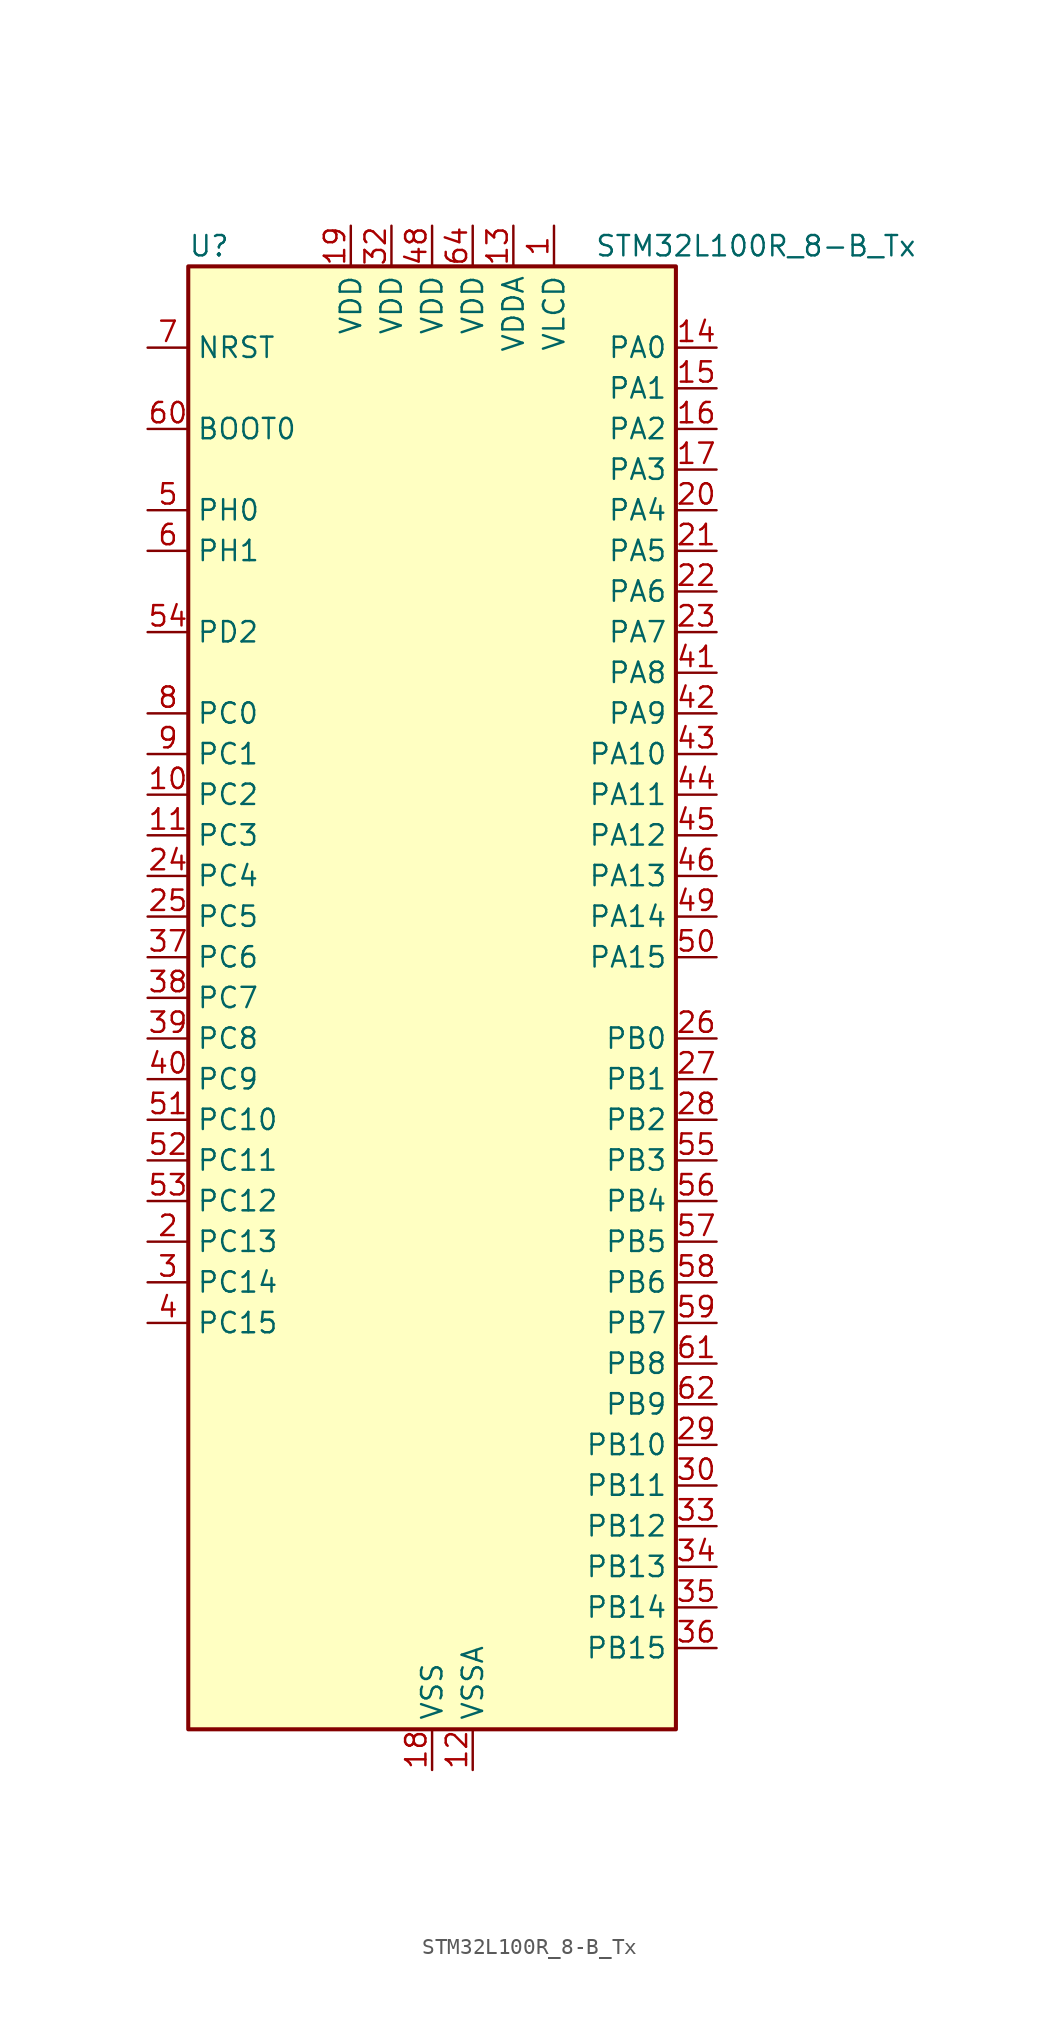
<source format=kicad_sym>
(kicad_symbol_lib
  (version 20241209)
  (generator "kicad_symbol_editor")
  (generator_version "9.0")
  (symbol "STM32L100R_8-B_Tx"
    (property "Reference" "U"
      (at -15.24 46.99 0)
      (effects (font (size 1.27 1.27)) (justify left)))
    (property "Value" "STM32L100R_8-B_Tx"
      (at 10.16 46.99 0)
      (effects (font (size 1.27 1.27)) (justify left)))
    (symbol "STM32L100R_8-B_Tx_0_1"
      (rectangle (start -15.24 -45.72) (end 15.24 45.72) (stroke (width 0.254) (type default)) (fill (type background))))
    (symbol "STM32L100R_8-B_Tx_1_1"
      (pin input line (at -17.78 40.64 0) (length 2.54) (name "NRST" (effects (font (size 1.27 1.27)))) (number "7" (effects (font (size 1.27 1.27)))))
      (pin input line (at -17.78 35.56 0) (length 2.54) (name "BOOT0" (effects (font (size 1.27 1.27)))) (number "60" (effects (font (size 1.27 1.27)))))
      (pin bidirectional line (at -17.78 30.48 0) (length 2.54) (name "PH0" (effects (font (size 1.27 1.27)))) (number "5" (effects (font (size 1.27 1.27)))) (alternate "RCC_OSC_IN" bidirectional line))
      (pin bidirectional line (at -17.78 27.94 0) (length 2.54) (name "PH1" (effects (font (size 1.27 1.27)))) (number "6" (effects (font (size 1.27 1.27)))) (alternate "RCC_OSC_OUT" bidirectional line))
      (pin bidirectional line (at -17.78 22.86 0) (length 2.54) (name "PD2" (effects (font (size 1.27 1.27)))) (number "54" (effects (font (size 1.27 1.27)))) (alternate "LCD_COM7" bidirectional line) (alternate "LCD_SEG31" bidirectional line) (alternate "TIM3_ETR" bidirectional line) (alternate "TIMX_IC3" bidirectional line))
      (pin bidirectional line (at -17.78 17.78 0) (length 2.54) (name "PC0" (effects (font (size 1.27 1.27)))) (number "8" (effects (font (size 1.27 1.27)))) (alternate "ADC_IN10" bidirectional line) (alternate "COMP1_INP" bidirectional line) (alternate "LCD_SEG18" bidirectional line) (alternate "TIMX_IC1" bidirectional line))
      (pin bidirectional line (at -17.78 15.24 0) (length 2.54) (name "PC1" (effects (font (size 1.27 1.27)))) (number "9" (effects (font (size 1.27 1.27)))) (alternate "ADC_IN11" bidirectional line) (alternate "COMP1_INP" bidirectional line) (alternate "LCD_SEG19" bidirectional line) (alternate "TIMX_IC2" bidirectional line))
      (pin bidirectional line (at -17.78 12.7 0) (length 2.54) (name "PC2" (effects (font (size 1.27 1.27)))) (number "10" (effects (font (size 1.27 1.27)))) (alternate "ADC_IN12" bidirectional line) (alternate "COMP1_INP" bidirectional line) (alternate "LCD_SEG20" bidirectional line) (alternate "TIMX_IC3" bidirectional line))
      (pin bidirectional line (at -17.78 10.16 0) (length 2.54) (name "PC3" (effects (font (size 1.27 1.27)))) (number "11" (effects (font (size 1.27 1.27)))) (alternate "ADC_IN13" bidirectional line) (alternate "COMP1_INP" bidirectional line) (alternate "LCD_SEG21" bidirectional line) (alternate "TIMX_IC4" bidirectional line))
      (pin bidirectional line (at -17.78 7.62 0) (length 2.54) (name "PC4" (effects (font (size 1.27 1.27)))) (number "24" (effects (font (size 1.27 1.27)))) (alternate "ADC_IN14" bidirectional line) (alternate "COMP1_INP" bidirectional line) (alternate "LCD_SEG22" bidirectional line) (alternate "TIMX_IC1" bidirectional line))
      (pin bidirectional line (at -17.78 5.08 0) (length 2.54) (name "PC5" (effects (font (size 1.27 1.27)))) (number "25" (effects (font (size 1.27 1.27)))) (alternate "ADC_IN15" bidirectional line) (alternate "COMP1_INP" bidirectional line) (alternate "LCD_SEG23" bidirectional line) (alternate "TIMX_IC2" bidirectional line))
      (pin bidirectional line (at -17.78 2.54 0) (length 2.54) (name "PC6" (effects (font (size 1.27 1.27)))) (number "37" (effects (font (size 1.27 1.27)))) (alternate "LCD_SEG24" bidirectional line) (alternate "TIM3_CH1" bidirectional line) (alternate "TIMX_IC3" bidirectional line))
      (pin bidirectional line (at -17.78 0 0) (length 2.54) (name "PC7" (effects (font (size 1.27 1.27)))) (number "38" (effects (font (size 1.27 1.27)))) (alternate "LCD_SEG25" bidirectional line) (alternate "TIM3_CH2" bidirectional line) (alternate "TIMX_IC4" bidirectional line))
      (pin bidirectional line (at -17.78 -2.54 0) (length 2.54) (name "PC8" (effects (font (size 1.27 1.27)))) (number "39" (effects (font (size 1.27 1.27)))) (alternate "LCD_SEG26" bidirectional line) (alternate "TIM3_CH3" bidirectional line) (alternate "TIMX_IC1" bidirectional line))
      (pin bidirectional line (at -17.78 -5.08 0) (length 2.54) (name "PC9" (effects (font (size 1.27 1.27)))) (number "40" (effects (font (size 1.27 1.27)))) (alternate "DAC_EXTI9" bidirectional line) (alternate "LCD_SEG27" bidirectional line) (alternate "TIM3_CH4" bidirectional line) (alternate "TIMX_IC2" bidirectional line))
      (pin bidirectional line (at -17.78 -7.62 0) (length 2.54) (name "PC10" (effects (font (size 1.27 1.27)))) (number "51" (effects (font (size 1.27 1.27)))) (alternate "LCD_COM4" bidirectional line) (alternate "LCD_SEG28" bidirectional line) (alternate "TIMX_IC3" bidirectional line) (alternate "USART3_TX" bidirectional line))
      (pin bidirectional line (at -17.78 -10.16 0) (length 2.54) (name "PC11" (effects (font (size 1.27 1.27)))) (number "52" (effects (font (size 1.27 1.27)))) (alternate "ADC_EXTI11" bidirectional line) (alternate "LCD_COM5" bidirectional line) (alternate "LCD_SEG29" bidirectional line) (alternate "TIMX_IC4" bidirectional line) (alternate "USART3_RX" bidirectional line))
      (pin bidirectional line (at -17.78 -12.7 0) (length 2.54) (name "PC12" (effects (font (size 1.27 1.27)))) (number "53" (effects (font (size 1.27 1.27)))) (alternate "LCD_COM6" bidirectional line) (alternate "LCD_SEG30" bidirectional line) (alternate "TIMX_IC1" bidirectional line) (alternate "USART3_CK" bidirectional line))
      (pin bidirectional line (at -17.78 -15.24 0) (length 2.54) (name "PC13" (effects (font (size 1.27 1.27)))) (number "2" (effects (font (size 1.27 1.27)))) (alternate "RTC_OUT_ALARM" bidirectional line) (alternate "RTC_OUT_CALIB" bidirectional line) (alternate "RTC_TAMP1" bidirectional line) (alternate "RTC_TS" bidirectional line) (alternate "SYS_WKUP2" bidirectional line) (alternate "TIMX_IC2" bidirectional line))
      (pin bidirectional line (at -17.78 -17.78 0) (length 2.54) (name "PC14" (effects (font (size 1.27 1.27)))) (number "3" (effects (font (size 1.27 1.27)))) (alternate "RCC_OSC32_IN" bidirectional line) (alternate "TIMX_IC3" bidirectional line))
      (pin bidirectional line (at -17.78 -20.32 0) (length 2.54) (name "PC15" (effects (font (size 1.27 1.27)))) (number "4" (effects (font (size 1.27 1.27)))) (alternate "ADC_EXTI15" bidirectional line) (alternate "RCC_OSC32_OUT" bidirectional line) (alternate "TIMX_IC4" bidirectional line))
      (pin power_in line (at -5.08 48.26 270) (length 2.54) (name "VDD" (effects (font (size 1.27 1.27)))) (number "19" (effects (font (size 1.27 1.27)))))
      (pin power_in line (at -2.54 48.26 270) (length 2.54) (name "VDD" (effects (font (size 1.27 1.27)))) (number "32" (effects (font (size 1.27 1.27)))))
      (pin power_in line (at 0 48.26 270) (length 2.54) (name "VDD" (effects (font (size 1.27 1.27)))) (number "48" (effects (font (size 1.27 1.27)))))
      (pin power_in line (at 0 -48.26 90) (length 2.54) (name "VSS" (effects (font (size 1.27 1.27)))) (number "18" (effects (font (size 1.27 1.27)))))
      (pin passive line (at 0 -48.26 90) (length 2.54) (hide yes) (name "VSS" (effects (font (size 1.27 1.27)))) (number "31" (effects (font (size 1.27 1.27)))))
      (pin passive line (at 0 -48.26 90) (length 2.54) (hide yes) (name "VSS" (effects (font (size 1.27 1.27)))) (number "47" (effects (font (size 1.27 1.27)))))
      (pin passive line (at 0 -48.26 90) (length 2.54) (hide yes) (name "VSS" (effects (font (size 1.27 1.27)))) (number "63" (effects (font (size 1.27 1.27)))))
      (pin power_in line (at 2.54 48.26 270) (length 2.54) (name "VDD" (effects (font (size 1.27 1.27)))) (number "64" (effects (font (size 1.27 1.27)))))
      (pin power_in line (at 2.54 -48.26 90) (length 2.54) (name "VSSA" (effects (font (size 1.27 1.27)))) (number "12" (effects (font (size 1.27 1.27)))))
      (pin power_in line (at 5.08 48.26 270) (length 2.54) (name "VDDA" (effects (font (size 1.27 1.27)))) (number "13" (effects (font (size 1.27 1.27)))))
      (pin power_in line (at 7.62 48.26 270) (length 2.54) (name "VLCD" (effects (font (size 1.27 1.27)))) (number "1" (effects (font (size 1.27 1.27)))))
      (pin bidirectional line (at 17.78 40.64 180) (length 2.54) (name "PA0" (effects (font (size 1.27 1.27)))) (number "14" (effects (font (size 1.27 1.27)))) (alternate "ADC_IN0" bidirectional line) (alternate "COMP1_INP" bidirectional line) (alternate "SYS_WKUP1" bidirectional line) (alternate "TIM2_CH1" bidirectional line) (alternate "TIM2_ETR" bidirectional line) (alternate "TIMX_IC1" bidirectional line) (alternate "USART2_CTS" bidirectional line))
      (pin bidirectional line (at 17.78 38.1 180) (length 2.54) (name "PA1" (effects (font (size 1.27 1.27)))) (number "15" (effects (font (size 1.27 1.27)))) (alternate "ADC_IN1" bidirectional line) (alternate "COMP1_INP" bidirectional line) (alternate "LCD_SEG0" bidirectional line) (alternate "TIM2_CH2" bidirectional line) (alternate "TIMX_IC2" bidirectional line) (alternate "USART2_RTS" bidirectional line))
      (pin bidirectional line (at 17.78 35.56 180) (length 2.54) (name "PA2" (effects (font (size 1.27 1.27)))) (number "16" (effects (font (size 1.27 1.27)))) (alternate "ADC_IN2" bidirectional line) (alternate "COMP1_INP" bidirectional line) (alternate "LCD_SEG1" bidirectional line) (alternate "TIM2_CH3" bidirectional line) (alternate "TIM9_CH1" bidirectional line) (alternate "TIMX_IC3" bidirectional line) (alternate "USART2_TX" bidirectional line))
      (pin bidirectional line (at 17.78 33.02 180) (length 2.54) (name "PA3" (effects (font (size 1.27 1.27)))) (number "17" (effects (font (size 1.27 1.27)))) (alternate "ADC_IN3" bidirectional line) (alternate "COMP1_INP" bidirectional line) (alternate "LCD_SEG2" bidirectional line) (alternate "TIM2_CH4" bidirectional line) (alternate "TIM9_CH2" bidirectional line) (alternate "TIMX_IC4" bidirectional line) (alternate "USART2_RX" bidirectional line))
      (pin bidirectional line (at 17.78 30.48 180) (length 2.54) (name "PA4" (effects (font (size 1.27 1.27)))) (number "20" (effects (font (size 1.27 1.27)))) (alternate "ADC_IN4" bidirectional line) (alternate "COMP1_INP" bidirectional line) (alternate "DAC_OUT1" bidirectional line) (alternate "SPI1_NSS" bidirectional line) (alternate "TIMX_IC1" bidirectional line) (alternate "USART2_CK" bidirectional line))
      (pin bidirectional line (at 17.78 27.94 180) (length 2.54) (name "PA5" (effects (font (size 1.27 1.27)))) (number "21" (effects (font (size 1.27 1.27)))) (alternate "ADC_IN5" bidirectional line) (alternate "COMP1_INP" bidirectional line) (alternate "DAC_OUT2" bidirectional line) (alternate "SPI1_SCK" bidirectional line) (alternate "TIM2_CH1" bidirectional line) (alternate "TIM2_ETR" bidirectional line) (alternate "TIMX_IC2" bidirectional line))
      (pin bidirectional line (at 17.78 25.4 180) (length 2.54) (name "PA6" (effects (font (size 1.27 1.27)))) (number "22" (effects (font (size 1.27 1.27)))) (alternate "ADC_IN6" bidirectional line) (alternate "COMP1_INP" bidirectional line) (alternate "LCD_SEG3" bidirectional line) (alternate "SPI1_MISO" bidirectional line) (alternate "TIM10_CH1" bidirectional line) (alternate "TIM3_CH1" bidirectional line) (alternate "TIMX_IC3" bidirectional line))
      (pin bidirectional line (at 17.78 22.86 180) (length 2.54) (name "PA7" (effects (font (size 1.27 1.27)))) (number "23" (effects (font (size 1.27 1.27)))) (alternate "ADC_IN7" bidirectional line) (alternate "COMP1_INP" bidirectional line) (alternate "LCD_SEG4" bidirectional line) (alternate "SPI1_MOSI" bidirectional line) (alternate "TIM11_CH1" bidirectional line) (alternate "TIM3_CH2" bidirectional line) (alternate "TIMX_IC4" bidirectional line))
      (pin bidirectional line (at 17.78 20.32 180) (length 2.54) (name "PA8" (effects (font (size 1.27 1.27)))) (number "41" (effects (font (size 1.27 1.27)))) (alternate "LCD_COM0" bidirectional line) (alternate "RCC_MCO" bidirectional line) (alternate "TIMX_IC1" bidirectional line) (alternate "USART1_CK" bidirectional line))
      (pin bidirectional line (at 17.78 17.78 180) (length 2.54) (name "PA9" (effects (font (size 1.27 1.27)))) (number "42" (effects (font (size 1.27 1.27)))) (alternate "DAC_EXTI9" bidirectional line) (alternate "LCD_COM1" bidirectional line) (alternate "TIMX_IC2" bidirectional line) (alternate "USART1_TX" bidirectional line))
      (pin bidirectional line (at 17.78 15.24 180) (length 2.54) (name "PA10" (effects (font (size 1.27 1.27)))) (number "43" (effects (font (size 1.27 1.27)))) (alternate "LCD_COM2" bidirectional line) (alternate "TIMX_IC3" bidirectional line) (alternate "USART1_RX" bidirectional line))
      (pin bidirectional line (at 17.78 12.7 180) (length 2.54) (name "PA11" (effects (font (size 1.27 1.27)))) (number "44" (effects (font (size 1.27 1.27)))) (alternate "ADC_EXTI11" bidirectional line) (alternate "SPI1_MISO" bidirectional line) (alternate "TIMX_IC4" bidirectional line) (alternate "USART1_CTS" bidirectional line) (alternate "USB_DM" bidirectional line))
      (pin bidirectional line (at 17.78 10.16 180) (length 2.54) (name "PA12" (effects (font (size 1.27 1.27)))) (number "45" (effects (font (size 1.27 1.27)))) (alternate "SPI1_MOSI" bidirectional line) (alternate "TIMX_IC1" bidirectional line) (alternate "USART1_RTS" bidirectional line) (alternate "USB_DP" bidirectional line))
      (pin bidirectional line (at 17.78 7.62 180) (length 2.54) (name "PA13" (effects (font (size 1.27 1.27)))) (number "46" (effects (font (size 1.27 1.27)))) (alternate "SYS_JTMS-SWDIO" bidirectional line) (alternate "TIMX_IC2" bidirectional line))
      (pin bidirectional line (at 17.78 5.08 180) (length 2.54) (name "PA14" (effects (font (size 1.27 1.27)))) (number "49" (effects (font (size 1.27 1.27)))) (alternate "SYS_JTCK-SWCLK" bidirectional line) (alternate "TIMX_IC3" bidirectional line))
      (pin bidirectional line (at 17.78 2.54 180) (length 2.54) (name "PA15" (effects (font (size 1.27 1.27)))) (number "50" (effects (font (size 1.27 1.27)))) (alternate "ADC_EXTI15" bidirectional line) (alternate "LCD_SEG17" bidirectional line) (alternate "SPI1_NSS" bidirectional line) (alternate "SYS_JTDI" bidirectional line) (alternate "TIM2_CH1" bidirectional line) (alternate "TIM2_ETR" bidirectional line) (alternate "TIMX_IC4" bidirectional line))
      (pin bidirectional line (at 17.78 -2.54 180) (length 2.54) (name "PB0" (effects (font (size 1.27 1.27)))) (number "26" (effects (font (size 1.27 1.27)))) (alternate "ADC_IN8" bidirectional line) (alternate "COMP1_INP" bidirectional line) (alternate "LCD_SEG5" bidirectional line) (alternate "SYS_V_REF_OUT" bidirectional line) (alternate "TIM3_CH3" bidirectional line))
      (pin bidirectional line (at 17.78 -5.08 180) (length 2.54) (name "PB1" (effects (font (size 1.27 1.27)))) (number "27" (effects (font (size 1.27 1.27)))) (alternate "ADC_IN9" bidirectional line) (alternate "COMP1_INP" bidirectional line) (alternate "LCD_SEG6" bidirectional line) (alternate "SYS_V_REF_OUT" bidirectional line) (alternate "TIM3_CH4" bidirectional line))
      (pin bidirectional line (at 17.78 -7.62 180) (length 2.54) (name "PB2" (effects (font (size 1.27 1.27)))) (number "28" (effects (font (size 1.27 1.27)))))
      (pin bidirectional line (at 17.78 -10.16 180) (length 2.54) (name "PB3" (effects (font (size 1.27 1.27)))) (number "55" (effects (font (size 1.27 1.27)))) (alternate "COMP2_INM" bidirectional line) (alternate "LCD_SEG7" bidirectional line) (alternate "SPI1_SCK" bidirectional line) (alternate "SYS_JTDO-TRACESWO" bidirectional line) (alternate "TIM2_CH2" bidirectional line))
      (pin bidirectional line (at 17.78 -12.7 180) (length 2.54) (name "PB4" (effects (font (size 1.27 1.27)))) (number "56" (effects (font (size 1.27 1.27)))) (alternate "COMP2_INP" bidirectional line) (alternate "LCD_SEG8" bidirectional line) (alternate "SPI1_MISO" bidirectional line) (alternate "SYS_JTRST" bidirectional line) (alternate "TIM3_CH1" bidirectional line))
      (pin bidirectional line (at 17.78 -15.24 180) (length 2.54) (name "PB5" (effects (font (size 1.27 1.27)))) (number "57" (effects (font (size 1.27 1.27)))) (alternate "COMP2_INP" bidirectional line) (alternate "I2C1_SMBA" bidirectional line) (alternate "LCD_SEG9" bidirectional line) (alternate "SPI1_MOSI" bidirectional line) (alternate "TIM3_CH2" bidirectional line))
      (pin bidirectional line (at 17.78 -17.78 180) (length 2.54) (name "PB6" (effects (font (size 1.27 1.27)))) (number "58" (effects (font (size 1.27 1.27)))) (alternate "I2C1_SCL" bidirectional line) (alternate "TIM4_CH1" bidirectional line) (alternate "USART1_TX" bidirectional line))
      (pin bidirectional line (at 17.78 -20.32 180) (length 2.54) (name "PB7" (effects (font (size 1.27 1.27)))) (number "59" (effects (font (size 1.27 1.27)))) (alternate "I2C1_SDA" bidirectional line) (alternate "SYS_PVD_IN" bidirectional line) (alternate "TIM4_CH2" bidirectional line) (alternate "USART1_RX" bidirectional line))
      (pin bidirectional line (at 17.78 -22.86 180) (length 2.54) (name "PB8" (effects (font (size 1.27 1.27)))) (number "61" (effects (font (size 1.27 1.27)))) (alternate "I2C1_SCL" bidirectional line) (alternate "LCD_SEG16" bidirectional line) (alternate "TIM10_CH1" bidirectional line) (alternate "TIM4_CH3" bidirectional line))
      (pin bidirectional line (at 17.78 -25.4 180) (length 2.54) (name "PB9" (effects (font (size 1.27 1.27)))) (number "62" (effects (font (size 1.27 1.27)))) (alternate "DAC_EXTI9" bidirectional line) (alternate "I2C1_SDA" bidirectional line) (alternate "LCD_COM3" bidirectional line) (alternate "TIM11_CH1" bidirectional line) (alternate "TIM4_CH4" bidirectional line))
      (pin bidirectional line (at 17.78 -27.94 180) (length 2.54) (name "PB10" (effects (font (size 1.27 1.27)))) (number "29" (effects (font (size 1.27 1.27)))) (alternate "I2C2_SCL" bidirectional line) (alternate "LCD_SEG10" bidirectional line) (alternate "TIM2_CH3" bidirectional line) (alternate "USART3_TX" bidirectional line))
      (pin bidirectional line (at 17.78 -30.48 180) (length 2.54) (name "PB11" (effects (font (size 1.27 1.27)))) (number "30" (effects (font (size 1.27 1.27)))) (alternate "ADC_EXTI11" bidirectional line) (alternate "I2C2_SDA" bidirectional line) (alternate "LCD_SEG11" bidirectional line) (alternate "TIM2_CH4" bidirectional line) (alternate "USART3_RX" bidirectional line))
      (pin bidirectional line (at 17.78 -33.02 180) (length 2.54) (name "PB12" (effects (font (size 1.27 1.27)))) (number "33" (effects (font (size 1.27 1.27)))) (alternate "ADC_IN18" bidirectional line) (alternate "COMP1_INP" bidirectional line) (alternate "I2C2_SMBA" bidirectional line) (alternate "LCD_SEG12" bidirectional line) (alternate "SPI2_NSS" bidirectional line) (alternate "TIM10_CH1" bidirectional line) (alternate "USART3_CK" bidirectional line))
      (pin bidirectional line (at 17.78 -35.56 180) (length 2.54) (name "PB13" (effects (font (size 1.27 1.27)))) (number "34" (effects (font (size 1.27 1.27)))) (alternate "ADC_IN19" bidirectional line) (alternate "COMP1_INP" bidirectional line) (alternate "LCD_SEG13" bidirectional line) (alternate "SPI2_SCK" bidirectional line) (alternate "TIM9_CH1" bidirectional line) (alternate "USART3_CTS" bidirectional line))
      (pin bidirectional line (at 17.78 -38.1 180) (length 2.54) (name "PB14" (effects (font (size 1.27 1.27)))) (number "35" (effects (font (size 1.27 1.27)))) (alternate "ADC_IN20" bidirectional line) (alternate "COMP1_INP" bidirectional line) (alternate "LCD_SEG14" bidirectional line) (alternate "SPI2_MISO" bidirectional line) (alternate "TIM9_CH2" bidirectional line) (alternate "USART3_RTS" bidirectional line))
      (pin bidirectional line (at 17.78 -40.64 180) (length 2.54) (name "PB15" (effects (font (size 1.27 1.27)))) (number "36" (effects (font (size 1.27 1.27)))) (alternate "ADC_EXTI15" bidirectional line) (alternate "ADC_IN21" bidirectional line) (alternate "COMP1_INP" bidirectional line) (alternate "LCD_SEG15" bidirectional line) (alternate "RTC_REFIN" bidirectional line) (alternate "SPI2_MOSI" bidirectional line) (alternate "TIM11_CH1" bidirectional line)))))
</source>
